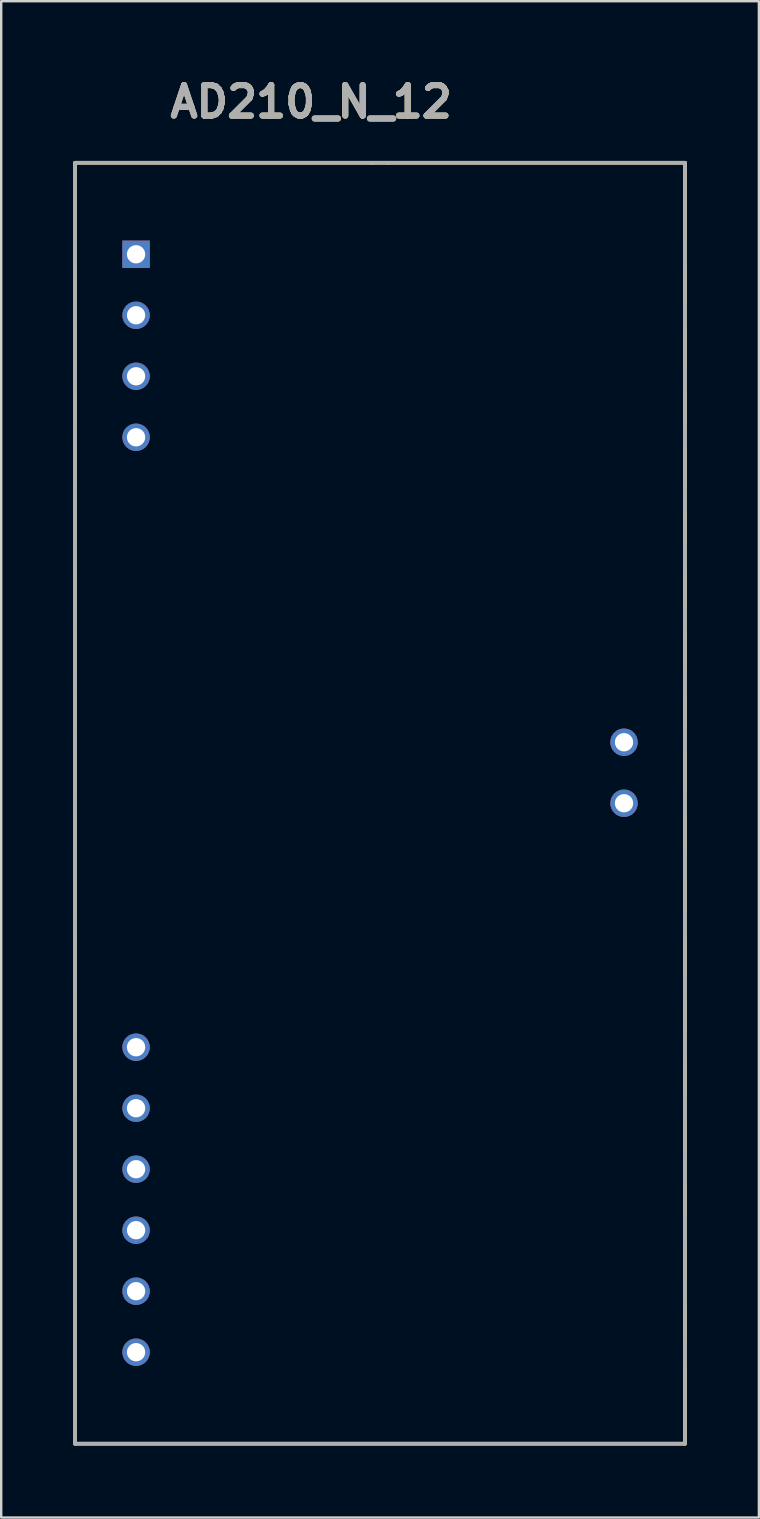
<source format=kicad_pcb>
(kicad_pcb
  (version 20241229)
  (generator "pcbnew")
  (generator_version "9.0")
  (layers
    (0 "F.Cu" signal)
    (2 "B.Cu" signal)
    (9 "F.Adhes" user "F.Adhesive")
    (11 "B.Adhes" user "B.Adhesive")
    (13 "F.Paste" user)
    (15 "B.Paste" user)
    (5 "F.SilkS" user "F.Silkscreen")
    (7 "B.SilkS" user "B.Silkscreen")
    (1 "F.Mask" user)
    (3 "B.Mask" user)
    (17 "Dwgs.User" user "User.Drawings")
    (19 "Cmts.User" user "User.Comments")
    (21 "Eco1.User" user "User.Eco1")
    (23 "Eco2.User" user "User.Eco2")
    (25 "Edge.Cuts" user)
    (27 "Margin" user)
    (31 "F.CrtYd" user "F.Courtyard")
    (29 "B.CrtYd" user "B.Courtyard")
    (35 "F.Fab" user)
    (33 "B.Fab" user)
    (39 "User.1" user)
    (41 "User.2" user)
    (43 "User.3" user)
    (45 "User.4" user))
  (footprint "AD210_N_12"
    (layer "F.Cu")
    (at 22.936 53.259)
    (property "Reference" "AD210_N_12" (at -13.03 -52.07 0) (layer "F.SilkS") (effects (font (size 1.27 1.27) (thickness 0.254))))
    (attr through_hole)
    (fp_line (start -22.86 -49.53) (end -22.86 3.81) (stroke (width 0.152) (type solid)) (layer "F.SilkS"))
    (fp_line (start -22.86 3.81) (end 2.54 3.81) (stroke (width 0.152) (type solid)) (layer "F.SilkS"))
    (fp_line (start -10.465 -49.53) (end -22.86 -49.53) (stroke (width 0.152) (type solid)) (layer "F.SilkS"))
    (fp_line (start -9.855 -49.53) (end -10.465 -49.53) (stroke (width 0.152) (type solid)) (layer "F.SilkS"))
    (fp_line (start 2.54 -49.53) (end -9.855 -49.53) (stroke (width 0.152) (type solid)) (layer "F.SilkS"))
    (fp_line (start 2.54 3.81) (end 2.54 -49.53) (stroke (width 0.152) (type solid)) (layer "F.SilkS"))
    (fp_line (start -22.86 -49.53) (end -22.86 3.81) (stroke (width 0.152) (type solid)) (layer "F.Fab"))
    (fp_line (start -22.86 -46.101) (end -22.86 -45.339) (stroke (width 0.152) (type solid)) (layer "F.Fab"))
    (fp_line (start -22.86 -43.561) (end -22.86 -42.799) (stroke (width 0.152) (type solid)) (layer "F.Fab"))
    (fp_line (start -22.86 -41.021) (end -22.86 -40.259) (stroke (width 0.152) (type solid)) (layer "F.Fab"))
    (fp_line (start -22.86 -38.481) (end -22.86 -37.719) (stroke (width 0.152) (type solid)) (layer "F.Fab"))
    (fp_line (start -22.86 -35.941) (end -22.86 -35.179) (stroke (width 0.152) (type solid)) (layer "F.Fab"))
    (fp_line (start -22.86 -33.401) (end -22.86 -32.639) (stroke (width 0.152) (type solid)) (layer "F.Fab"))
    (fp_line (start -22.86 -30.861) (end -22.86 -30.099) (stroke (width 0.152) (type solid)) (layer "F.Fab"))
    (fp_line (start -22.86 -28.321) (end -22.86 -27.559) (stroke (width 0.152) (type solid)) (layer "F.Fab"))
    (fp_line (start -22.86 -25.781) (end -22.86 -25.019) (stroke (width 0.152) (type solid)) (layer "F.Fab"))
    (fp_line (start -22.86 -23.241) (end -22.86 -22.479) (stroke (width 0.152) (type solid)) (layer "F.Fab"))
    (fp_line (start -22.86 -20.701) (end -22.86 -19.939) (stroke (width 0.152) (type solid)) (layer "F.Fab"))
    (fp_line (start -22.86 -18.161) (end -22.86 -17.399) (stroke (width 0.152) (type solid)) (layer "F.Fab"))
    (fp_line (start -22.86 -15.621) (end -22.86 -14.859) (stroke (width 0.152) (type solid)) (layer "F.Fab"))
    (fp_line (start -22.86 -13.081) (end -22.86 -12.319) (stroke (width 0.152) (type solid)) (layer "F.Fab"))
    (fp_line (start -22.86 -10.541) (end -22.86 -9.779) (stroke (width 0.152) (type solid)) (layer "F.Fab"))
    (fp_line (start -22.86 -8.001) (end -22.86 -7.239) (stroke (width 0.152) (type solid)) (layer "F.Fab"))
    (fp_line (start -22.86 -5.461) (end -22.86 -4.699) (stroke (width 0.152) (type solid)) (layer "F.Fab"))
    (fp_line (start -22.86 -2.921) (end -22.86 -2.159) (stroke (width 0.152) (type solid)) (layer "F.Fab"))
    (fp_line (start -22.86 -0.381) (end -22.86 0.381) (stroke (width 0.152) (type solid)) (layer "F.Fab"))
    (fp_line (start -22.86 3.81) (end 2.54 3.81) (stroke (width 0.152) (type solid)) (layer "F.Fab"))
    (fp_line (start -10.465 -49.53) (end -22.86 -49.53) (stroke (width 0.152) (type solid)) (layer "F.Fab"))
    (fp_line (start -9.855 -49.53) (end -10.465 -49.53) (stroke (width 0.152) (type solid)) (layer "F.Fab"))
    (fp_line (start 2.54 -49.53) (end -9.855 -49.53) (stroke (width 0.152) (type solid)) (layer "F.Fab"))
    (fp_line (start 2.54 -45.339) (end 2.54 -46.101) (stroke (width 0.152) (type solid)) (layer "F.Fab"))
    (fp_line (start 2.54 -42.799) (end 2.54 -43.561) (stroke (width 0.152) (type solid)) (layer "F.Fab"))
    (fp_line (start 2.54 -40.259) (end 2.54 -41.021) (stroke (width 0.152) (type solid)) (layer "F.Fab"))
    (fp_line (start 2.54 -37.719) (end 2.54 -38.481) (stroke (width 0.152) (type solid)) (layer "F.Fab"))
    (fp_line (start 2.54 -35.179) (end 2.54 -35.941) (stroke (width 0.152) (type solid)) (layer "F.Fab"))
    (fp_line (start 2.54 -32.639) (end 2.54 -33.401) (stroke (width 0.152) (type solid)) (layer "F.Fab"))
    (fp_line (start 2.54 -30.099) (end 2.54 -30.861) (stroke (width 0.152) (type solid)) (layer "F.Fab"))
    (fp_line (start 2.54 -27.559) (end 2.54 -28.321) (stroke (width 0.152) (type solid)) (layer "F.Fab"))
    (fp_line (start 2.54 -25.019) (end 2.54 -25.781) (stroke (width 0.152) (type solid)) (layer "F.Fab"))
    (fp_line (start 2.54 -22.479) (end 2.54 -23.241) (stroke (width 0.152) (type solid)) (layer "F.Fab"))
    (fp_line (start 2.54 -19.939) (end 2.54 -20.701) (stroke (width 0.152) (type solid)) (layer "F.Fab"))
    (fp_line (start 2.54 -17.399) (end 2.54 -18.161) (stroke (width 0.152) (type solid)) (layer "F.Fab"))
    (fp_line (start 2.54 -14.859) (end 2.54 -15.621) (stroke (width 0.152) (type solid)) (layer "F.Fab"))
    (fp_line (start 2.54 -12.319) (end 2.54 -13.081) (stroke (width 0.152) (type solid)) (layer "F.Fab"))
    (fp_line (start 2.54 -9.779) (end 2.54 -10.541) (stroke (width 0.152) (type solid)) (layer "F.Fab"))
    (fp_line (start 2.54 -7.239) (end 2.54 -8.001) (stroke (width 0.152) (type solid)) (layer "F.Fab"))
    (fp_line (start 2.54 -4.699) (end 2.54 -5.461) (stroke (width 0.152) (type solid)) (layer "F.Fab"))
    (fp_line (start 2.54 -2.159) (end 2.54 -2.921) (stroke (width 0.152) (type solid)) (layer "F.Fab"))
    (fp_line (start 2.54 0.381) (end 2.54 -0.381) (stroke (width 0.152) (type solid)) (layer "F.Fab"))
    (fp_line (start 2.54 3.81) (end 2.54 -49.53) (stroke (width 0.152) (type solid)) (layer "F.Fab"))
    (fp_text user "${REFERENCE}" (at -13.03 -52.07 0) (layer "F.Fab") (effects (font (size 1.27 1.27) (thickness 0.254))))
    (pad "1" thru_hole rect (at -20.32 -45.72) (size 1.143 1.143) (drill 0.762) (layers "*.Cu" "*.Mask"))
    (pad "2" thru_hole circle (at -20.32 -43.18) (size 1.143 1.143) (drill 0.762) (layers "*.Cu" "*.Mask"))
    (pad "3" thru_hole circle (at -20.32 -40.64) (size 1.143 1.143) (drill 0.762) (layers "*.Cu" "*.Mask"))
    (pad "4" thru_hole circle (at -20.32 -38.1) (size 1.143 1.143) (drill 0.762) (layers "*.Cu" "*.Mask"))
    (pad "14" thru_hole circle (at -20.32 -12.7) (size 1.143 1.143) (drill 0.762) (layers "*.Cu" "*.Mask"))
    (pad "15" thru_hole circle (at -20.32 -10.16) (size 1.143 1.143) (drill 0.762) (layers "*.Cu" "*.Mask"))
    (pad "16" thru_hole circle (at -20.32 -7.62) (size 1.143 1.143) (drill 0.762) (layers "*.Cu" "*.Mask"))
    (pad "17" thru_hole circle (at -20.32 -5.08) (size 1.143 1.143) (drill 0.762) (layers "*.Cu" "*.Mask"))
    (pad "18" thru_hole circle (at -20.32 -2.54) (size 1.143 1.143) (drill 0.762) (layers "*.Cu" "*.Mask"))
    (pad "19" thru_hole circle (at -20.32 0) (size 1.143 1.143) (drill 0.762) (layers "*.Cu" "*.Mask"))
    (pad "29" thru_hole circle (at 0 -22.86) (size 1.143 1.143) (drill 0.762) (layers "*.Cu" "*.Mask"))
    (pad "30" thru_hole circle (at 0 -25.4) (size 1.143 1.143) (drill 0.762) (layers "*.Cu" "*.Mask")))
  (gr_rect
    (start -3 -3)
    (end 28.552 60.145)
    (stroke (width 0.1) (type default))
    (fill no)
    (layer "Edge.Cuts")))
</source>
